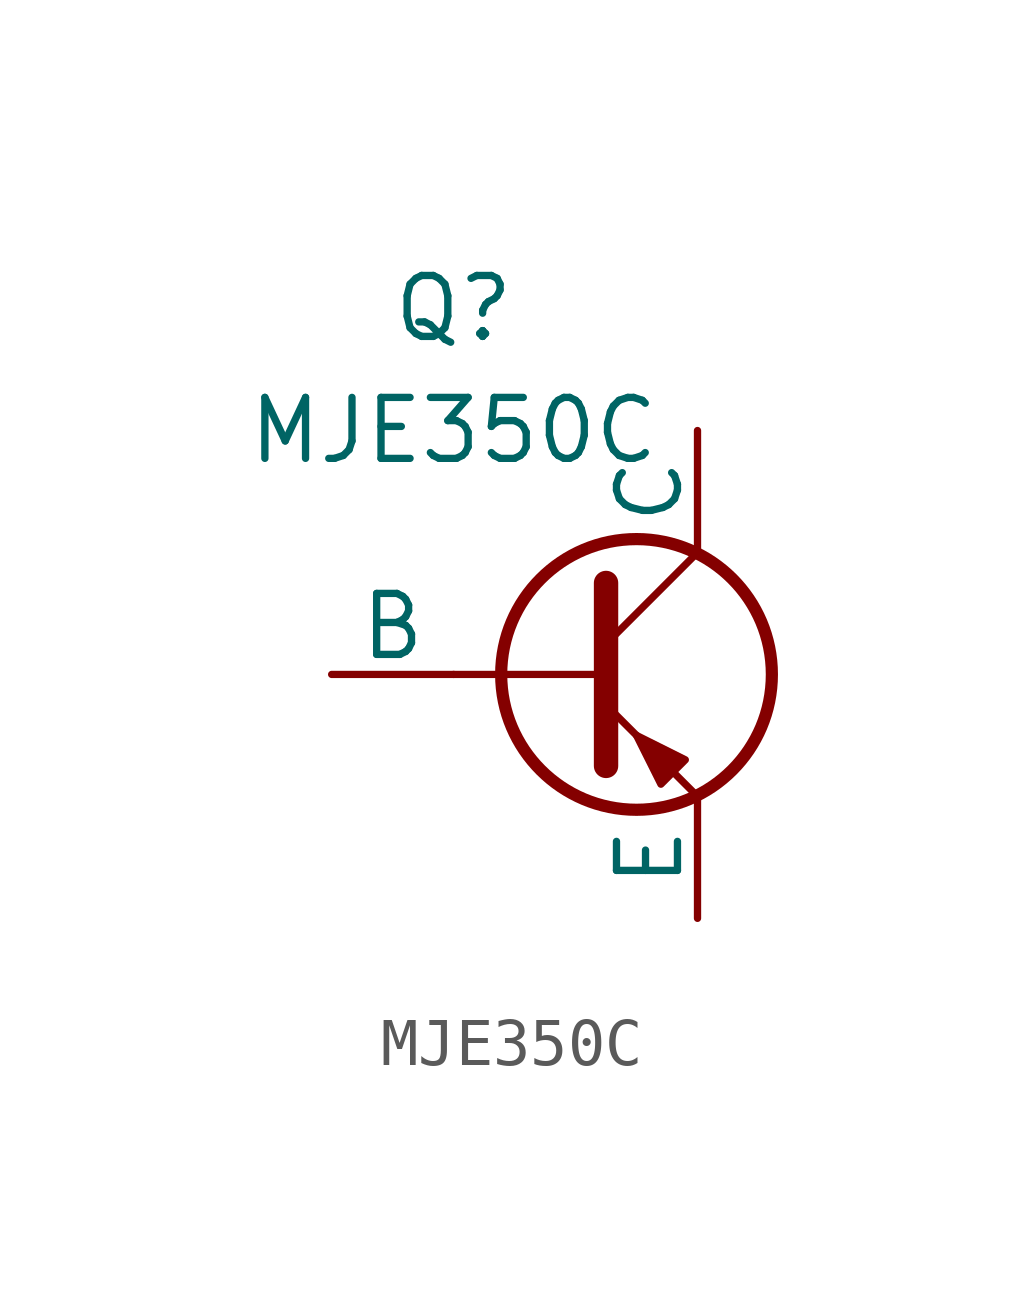
<source format=kicad_sym>
(kicad_symbol_lib
  (version 20231120)
  (generator "kicad_symbol_editor")
  (generator_version "8.0")
  (symbol "MJE350C"
    (pin_numbers hide)
    (pin_names
      (offset 0))
    (property "Reference" "Q"
      (at -2.54 7.62 0)
      (effects (font (size 1.27 1.27))))
    (property "Value" "MJE350C"
      (at -2.54 5.08 0)
      (effects (font (size 1.27 1.27))))
    (symbol "MJE350C_0_1"
      (polyline (pts (xy -2.54 0) (xy 0.635 0)) (stroke (width 0.152) (type default)) (fill (type none)))
      (polyline (pts (xy 0.635 0.635) (xy 2.54 2.54)) (stroke (width 0) (type default)) (fill (type none)))
      (polyline (pts (xy 0.635 -0.635) (xy 2.54 -2.54) (xy 2.54 -2.54)) (stroke (width 0) (type default)) (fill (type none)))
      (polyline (pts (xy 0.635 1.905) (xy 0.635 -1.905) (xy 0.635 -1.905)) (stroke (width 0.508) (type default)) (fill (type none)))
      (polyline (pts (xy 2.286 -1.778) (xy 1.778 -2.286) (xy 1.27 -1.27) (xy 2.286 -1.778) (xy 2.286 -1.778)) (stroke (width 0) (type default)) (fill (type outline)))
      (circle (center 1.27 0) (radius 2.819) (stroke (width 0.254) (type default)) (fill (type none))))
    (symbol "MJE350C_1_1"
      (pin open_collector line (at 2.54 5.08 270) (length 2.54) (name "C" (effects (font (size 1.27 1.27)))) (number "1" (effects (font (size 1.27 1.27)))))
      (pin input line (at -5.08 0 0) (length 2.54) (name "B" (effects (font (size 1.27 1.27)))) (number "2" (effects (font (size 1.27 1.27)))))
      (pin open_emitter line (at 2.54 -5.08 90) (length 2.54) (name "E" (effects (font (size 1.27 1.27)))) (number "3" (effects (font (size 1.27 1.27))))))))
</source>
